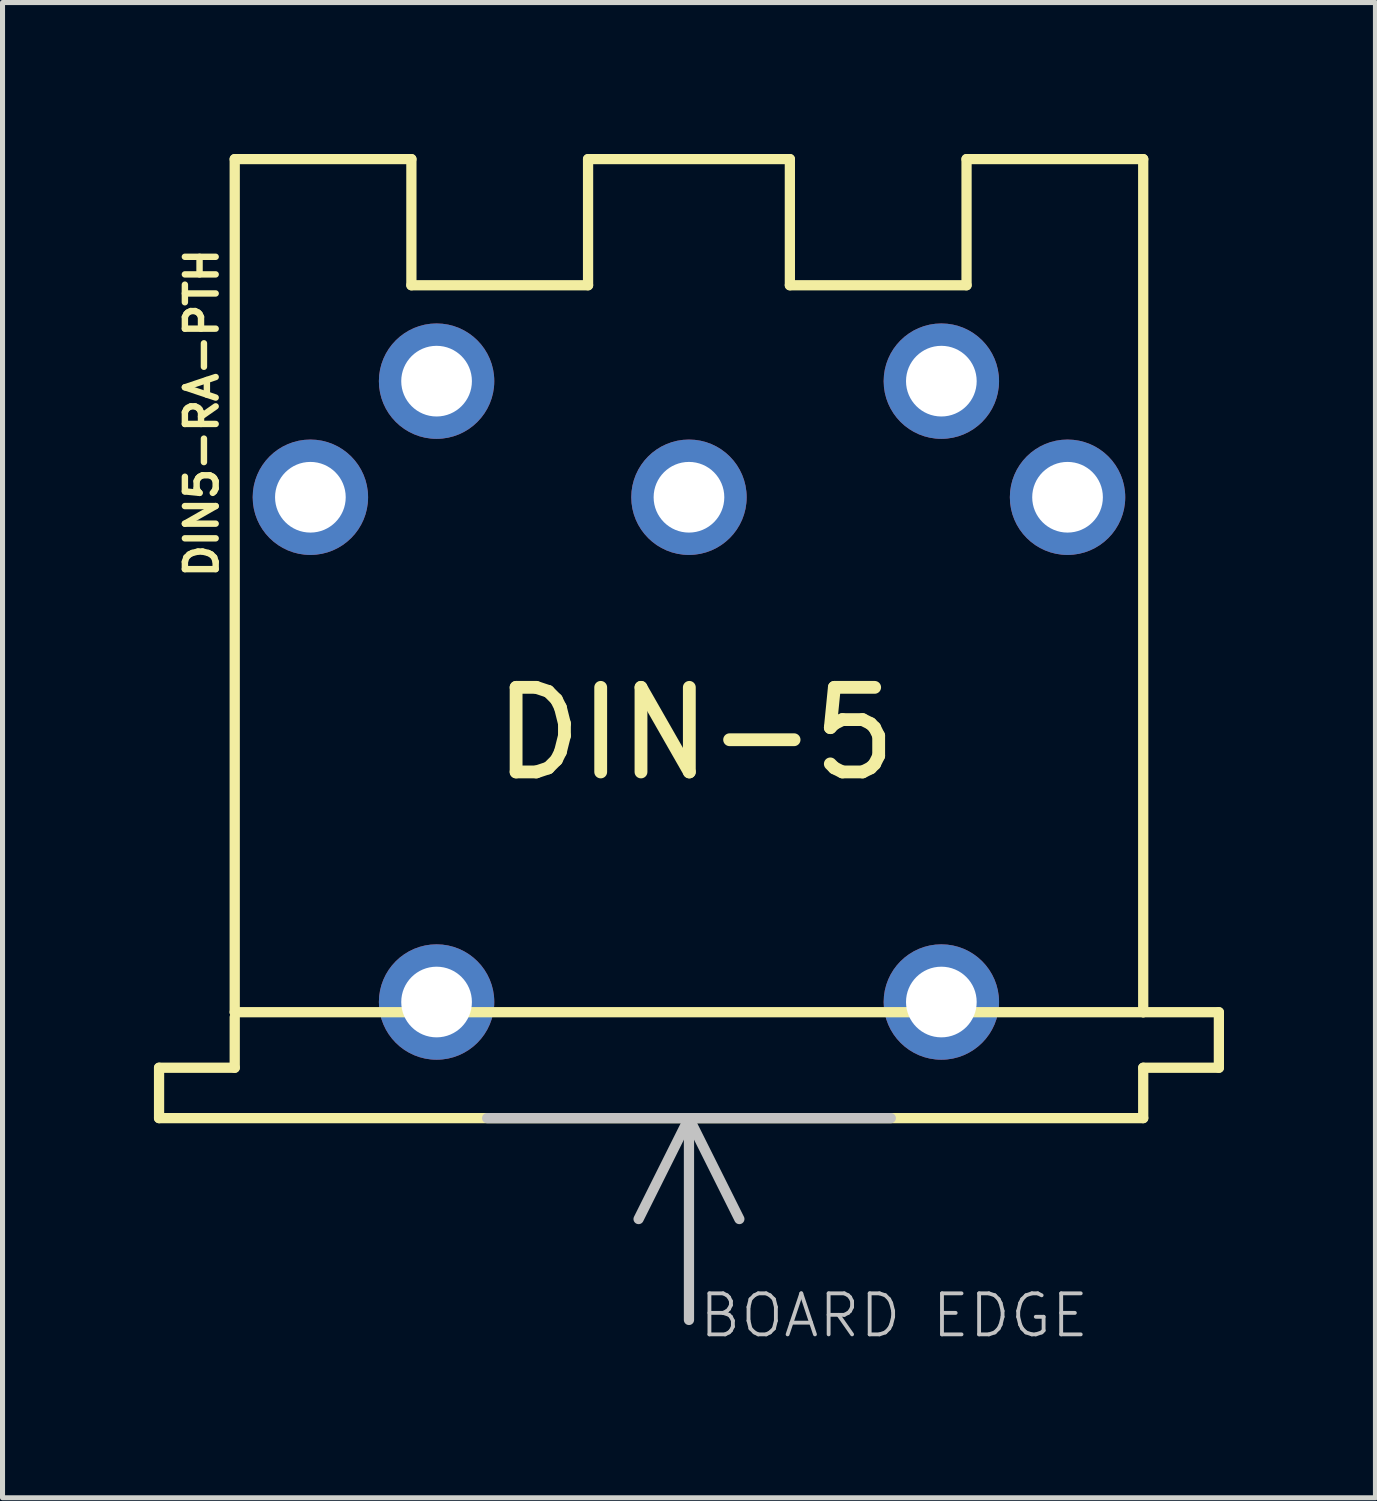
<source format=kicad_pcb>
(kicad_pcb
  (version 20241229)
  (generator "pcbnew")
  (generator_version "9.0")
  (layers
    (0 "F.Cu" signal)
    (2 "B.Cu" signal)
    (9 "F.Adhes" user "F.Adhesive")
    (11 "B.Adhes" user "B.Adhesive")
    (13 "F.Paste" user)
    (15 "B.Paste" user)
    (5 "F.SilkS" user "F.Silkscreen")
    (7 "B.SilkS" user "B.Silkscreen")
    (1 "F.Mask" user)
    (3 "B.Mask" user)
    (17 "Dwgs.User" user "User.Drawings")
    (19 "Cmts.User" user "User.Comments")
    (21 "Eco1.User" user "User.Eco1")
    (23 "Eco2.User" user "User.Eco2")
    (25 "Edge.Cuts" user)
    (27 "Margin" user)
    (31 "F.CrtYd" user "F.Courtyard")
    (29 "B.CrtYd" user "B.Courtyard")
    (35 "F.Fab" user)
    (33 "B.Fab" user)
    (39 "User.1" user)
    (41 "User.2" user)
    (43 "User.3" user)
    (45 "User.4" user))
  (footprint "DIN5-RA-PTH"
    (layer "F.Cu")
    (at 10.599 19.101)
    (property "Reference" "DIN5-RA-PTH" (at -9.652 -13.97 90) (layer "F.SilkS") (effects (font (size 0.61 0.61) (thickness 0.127))))
    (attr exclude_from_pos_files exclude_from_bom)
    (fp_line (start -10.498 -0.998) (end -10.498 0) (stroke (width 0.203) (type solid)) (layer "F.SilkS"))
    (fp_line (start -10.498 0) (end 8.999 0) (stroke (width 0.203) (type solid)) (layer "F.SilkS"))
    (fp_line (start -8.999 -18.999) (end -8.999 -2.098) (stroke (width 0.203) (type solid)) (layer "F.SilkS"))
    (fp_line (start -8.999 -2.098) (end 8.999 -2.098) (stroke (width 0.203) (type solid)) (layer "F.SilkS"))
    (fp_line (start -8.999 -1.999) (end -8.999 -0.998) (stroke (width 0.203) (type solid)) (layer "F.SilkS"))
    (fp_line (start -8.999 -0.998) (end -10.498 -0.998) (stroke (width 0.203) (type solid)) (layer "F.SilkS"))
    (fp_line (start -5.499 -18.999) (end -8.999 -18.999) (stroke (width 0.203) (type solid)) (layer "F.SilkS"))
    (fp_line (start -5.499 -18.999) (end -5.499 -16.5) (stroke (width 0.203) (type solid)) (layer "F.SilkS"))
    (fp_line (start -1.999 -18.999) (end -1.999 -16.5) (stroke (width 0.203) (type solid)) (layer "F.SilkS"))
    (fp_line (start -1.999 -16.5) (end -5.499 -16.5) (stroke (width 0.203) (type solid)) (layer "F.SilkS"))
    (fp_line (start 1.999 -18.999) (end -1.999 -18.999) (stroke (width 0.203) (type solid)) (layer "F.SilkS"))
    (fp_line (start 1.999 -18.999) (end 1.999 -16.5) (stroke (width 0.203) (type solid)) (layer "F.SilkS"))
    (fp_line (start 5.499 -18.999) (end 5.499 -16.5) (stroke (width 0.203) (type solid)) (layer "F.SilkS"))
    (fp_line (start 5.499 -16.5) (end 1.999 -16.5) (stroke (width 0.203) (type solid)) (layer "F.SilkS"))
    (fp_line (start 8.999 -18.999) (end 5.499 -18.999) (stroke (width 0.203) (type solid)) (layer "F.SilkS"))
    (fp_line (start 8.999 -2.098) (end 8.999 -18.999) (stroke (width 0.203) (type solid)) (layer "F.SilkS"))
    (fp_line (start 8.999 -0.998) (end 10.498 -0.998) (stroke (width 0.203) (type solid)) (layer "F.SilkS"))
    (fp_line (start 8.999 0) (end 8.999 -0.998) (stroke (width 0.203) (type solid)) (layer "F.SilkS"))
    (fp_line (start 10.498 -2.098) (end 8.999 -2.098) (stroke (width 0.203) (type solid)) (layer "F.SilkS"))
    (fp_line (start 10.498 -0.998) (end 10.498 -2.098) (stroke (width 0.203) (type solid)) (layer "F.SilkS"))
    (fp_line (start -3.998 0) (end 0 0) (stroke (width 0.203) (type solid)) (layer "Dwgs.User"))
    (fp_line (start -0.998 1.999) (end 0 0) (stroke (width 0.203) (type solid)) (layer "Dwgs.User"))
    (fp_line (start 0 0) (end 3.998 0) (stroke (width 0.203) (type solid)) (layer "Dwgs.User"))
    (fp_line (start 0 3.998) (end 0 0) (stroke (width 0.203) (type solid)) (layer "Dwgs.User"))
    (fp_line (start 0.998 1.999) (end 0 0) (stroke (width 0.203) (type solid)) (layer "Dwgs.User"))
    (fp_text user "DIN-5" (at 0.127 -7.62 0) (layer "F.SilkS") (effects (font (size 1.676 1.676) (thickness 0.254))))
    (fp_text user "BOARD EDGE" (at 4.064 3.912 0) (layer "Dwgs.User") (effects (font (size 0.813 0.813) (thickness 0.076))))
    (pad "1" thru_hole circle (at 7.5 -12.3) (size 2.286 2.286) (drill 1.4) (layers "*.Cu" "*.Mask"))
    (pad "2" thru_hole circle (at 0 -12.3) (size 2.286 2.286) (drill 1.4) (layers "*.Cu" "*.Mask"))
    (pad "3" thru_hole circle (at -7.5 -12.3) (size 2.286 2.286) (drill 1.4) (layers "*.Cu" "*.Mask"))
    (pad "4" thru_hole circle (at 5 -14.6) (size 2.286 2.286) (drill 1.4) (layers "*.Cu" "*.Mask"))
    (pad "5" thru_hole circle (at -5 -14.6) (size 2.286 2.286) (drill 1.4) (layers "*.Cu" "*.Mask"))
    (pad "6" thru_hole circle (at -5 -2.3) (size 2.286 2.286) (drill 1.4) (layers "*.Cu" "*.Mask"))
    (pad "7" thru_hole circle (at 5 -2.3) (size 2.286 2.286) (drill 1.4) (layers "*.Cu" "*.Mask")))
  (gr_rect
    (start -3 -3)
    (end 24.199 26.622)
    (stroke (width 0.1) (type default))
    (fill no)
    (layer "Edge.Cuts")))
</source>
